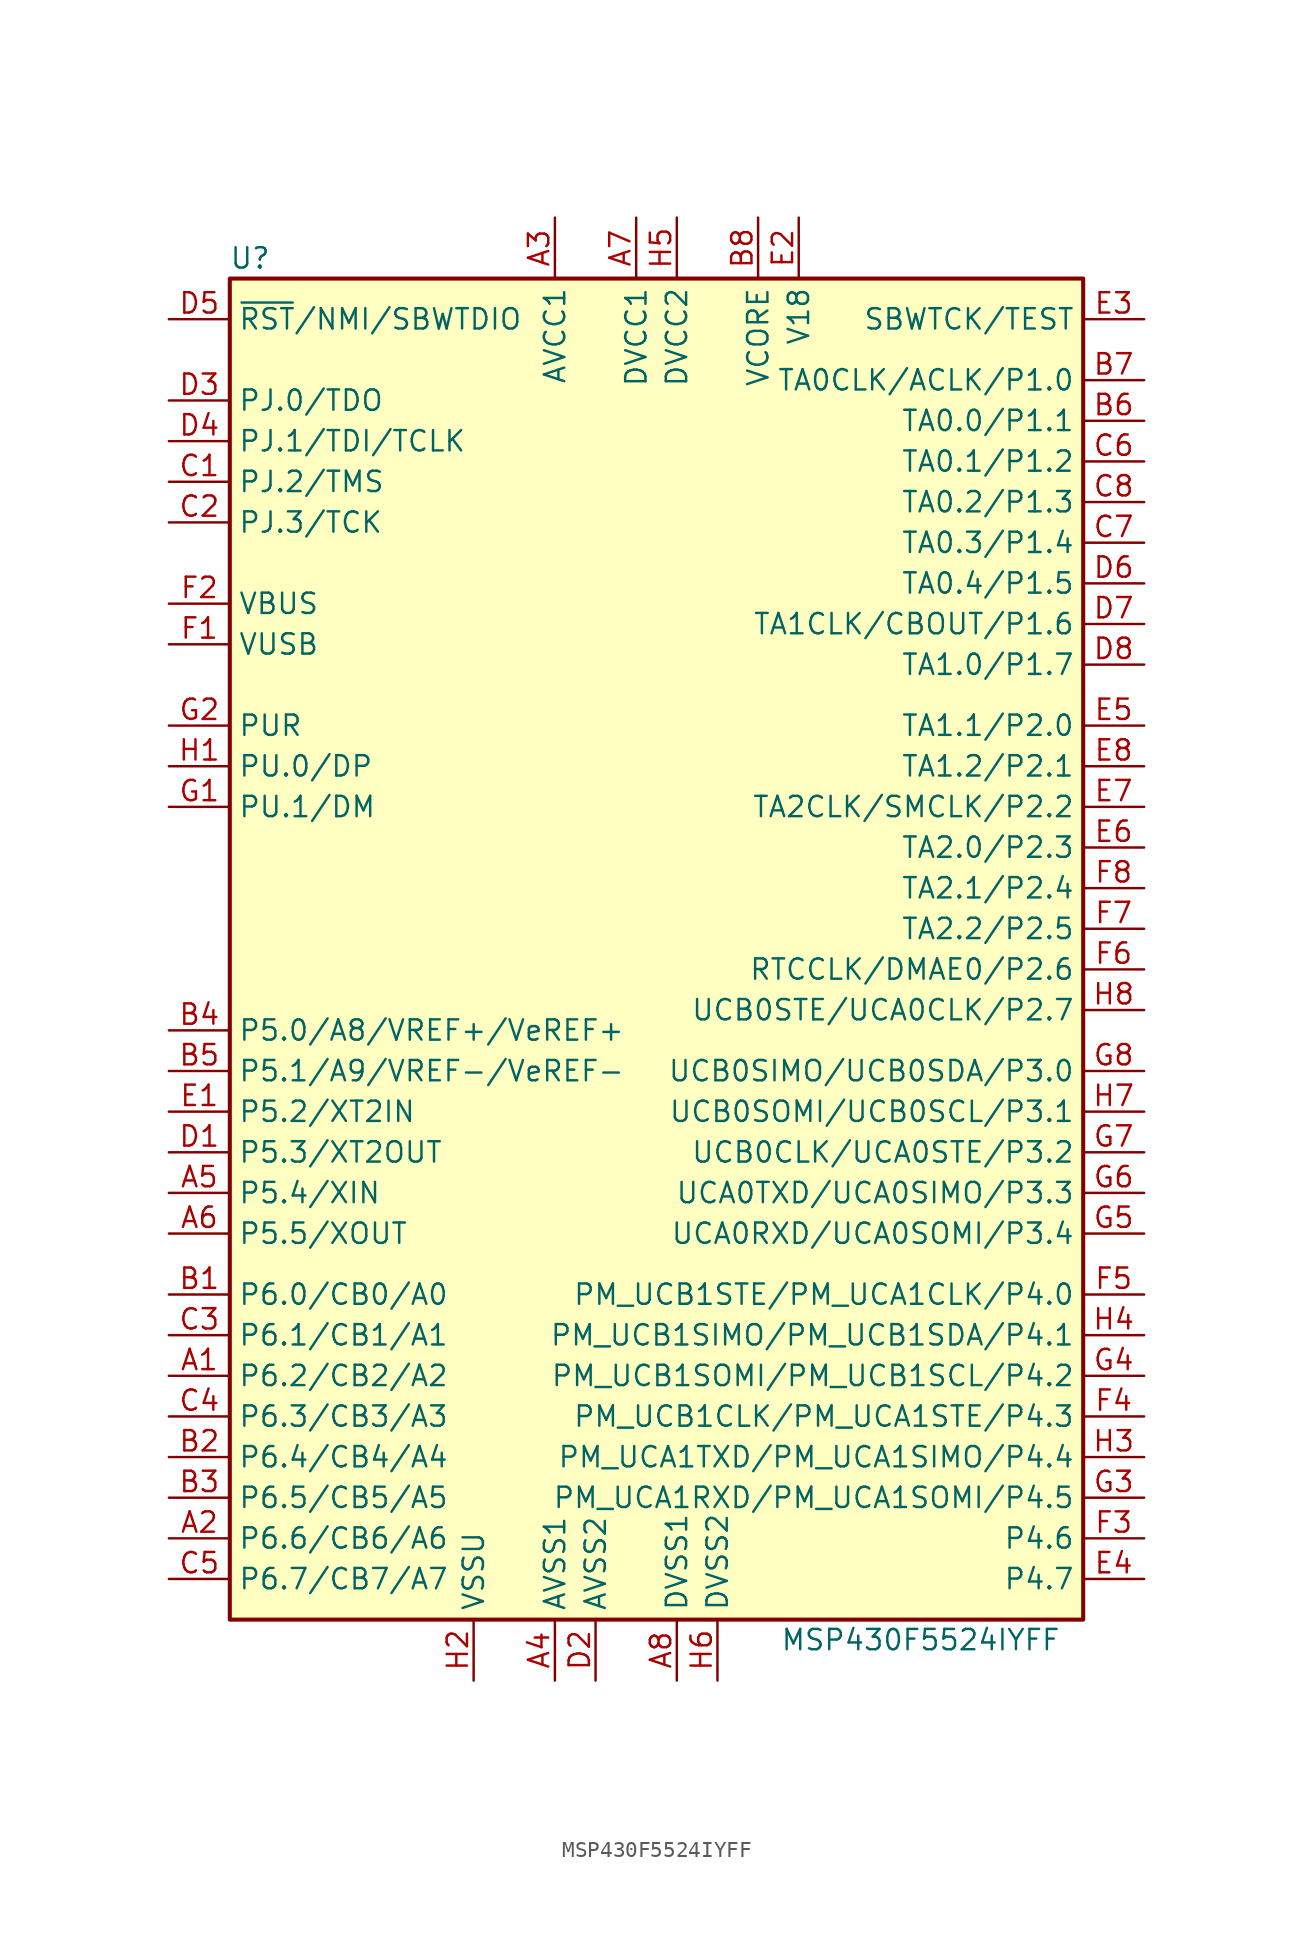
<source format=kicad_sym>
(kicad_symbol_lib
  (version 20211014)
  (generator kicad_symbol_editor)
  (symbol "MSP430F5524IYFF"
    (property "Reference" "U"
      (at -25.4 43.18 0)
      (effects (font (size 1.27 1.27))))
    (property "Value" "MSP430F5524IYFF"
      (at 16.51 -43.18 0)
      (effects (font (size 1.27 1.27))))
    (symbol "MSP430F5524IYFF_0_1"
      (rectangle (start -26.67 41.91) (end 26.67 -41.91) (stroke (width 0.254) (type default) (color 0 0 0 0)) (fill (type background))))
    (symbol "MSP430F5524IYFF_1_1"
      (pin bidirectional line (at -30.48 -26.67 0) (length 3.81) (name "P6.2/CB2/A2" (effects (font (size 1.27 1.27)))) (number "A1" (effects (font (size 1.27 1.27)))))
      (pin bidirectional line (at -30.48 -36.83 0) (length 3.81) (name "P6.6/CB6/A6" (effects (font (size 1.27 1.27)))) (number "A2" (effects (font (size 1.27 1.27)))))
      (pin power_in line (at -6.35 45.72 270) (length 3.81) (name "AVCC1" (effects (font (size 1.27 1.27)))) (number "A3" (effects (font (size 1.27 1.27)))))
      (pin power_in line (at -6.35 -45.72 90) (length 3.81) (name "AVSS1" (effects (font (size 1.27 1.27)))) (number "A4" (effects (font (size 1.27 1.27)))))
      (pin bidirectional line (at -30.48 -15.24 0) (length 3.81) (name "P5.4/XIN" (effects (font (size 1.27 1.27)))) (number "A5" (effects (font (size 1.27 1.27)))))
      (pin bidirectional line (at -30.48 -17.78 0) (length 3.81) (name "P5.5/XOUT" (effects (font (size 1.27 1.27)))) (number "A6" (effects (font (size 1.27 1.27)))))
      (pin power_in line (at -1.27 45.72 270) (length 3.81) (name "DVCC1" (effects (font (size 1.27 1.27)))) (number "A7" (effects (font (size 1.27 1.27)))))
      (pin power_in line (at 1.27 -45.72 90) (length 3.81) (name "DVSS1" (effects (font (size 1.27 1.27)))) (number "A8" (effects (font (size 1.27 1.27)))))
      (pin bidirectional line (at -30.48 -21.59 0) (length 3.81) (name "P6.0/CB0/A0" (effects (font (size 1.27 1.27)))) (number "B1" (effects (font (size 1.27 1.27)))))
      (pin bidirectional line (at -30.48 -31.75 0) (length 3.81) (name "P6.4/CB4/A4" (effects (font (size 1.27 1.27)))) (number "B2" (effects (font (size 1.27 1.27)))))
      (pin bidirectional line (at -30.48 -34.29 0) (length 3.81) (name "P6.5/CB5/A5" (effects (font (size 1.27 1.27)))) (number "B3" (effects (font (size 1.27 1.27)))))
      (pin bidirectional line (at -30.48 -5.08 0) (length 3.81) (name "P5.0/A8/VREF+/VeREF+" (effects (font (size 1.27 1.27)))) (number "B4" (effects (font (size 1.27 1.27)))))
      (pin bidirectional line (at -30.48 -7.62 0) (length 3.81) (name "P5.1/A9/VREF-/VeREF-" (effects (font (size 1.27 1.27)))) (number "B5" (effects (font (size 1.27 1.27)))))
      (pin bidirectional line (at 30.48 33.02 180) (length 3.81) (name "TA0.0/P1.1" (effects (font (size 1.27 1.27)))) (number "B6" (effects (font (size 1.27 1.27)))))
      (pin bidirectional line (at 30.48 35.56 180) (length 3.81) (name "TA0CLK/ACLK/P1.0" (effects (font (size 1.27 1.27)))) (number "B7" (effects (font (size 1.27 1.27)))))
      (pin bidirectional line (at 6.35 45.72 270) (length 3.81) (name "VCORE" (effects (font (size 1.27 1.27)))) (number "B8" (effects (font (size 1.27 1.27)))))
      (pin bidirectional line (at -30.48 29.21 0) (length 3.81) (name "PJ.2/TMS" (effects (font (size 1.27 1.27)))) (number "C1" (effects (font (size 1.27 1.27)))))
      (pin bidirectional line (at -30.48 26.67 0) (length 3.81) (name "PJ.3/TCK" (effects (font (size 1.27 1.27)))) (number "C2" (effects (font (size 1.27 1.27)))))
      (pin bidirectional line (at -30.48 -24.13 0) (length 3.81) (name "P6.1/CB1/A1" (effects (font (size 1.27 1.27)))) (number "C3" (effects (font (size 1.27 1.27)))))
      (pin bidirectional line (at -30.48 -29.21 0) (length 3.81) (name "P6.3/CB3/A3" (effects (font (size 1.27 1.27)))) (number "C4" (effects (font (size 1.27 1.27)))))
      (pin bidirectional line (at -30.48 -39.37 0) (length 3.81) (name "P6.7/CB7/A7" (effects (font (size 1.27 1.27)))) (number "C5" (effects (font (size 1.27 1.27)))))
      (pin bidirectional line (at 30.48 30.48 180) (length 3.81) (name "TA0.1/P1.2" (effects (font (size 1.27 1.27)))) (number "C6" (effects (font (size 1.27 1.27)))))
      (pin bidirectional line (at 30.48 25.4 180) (length 3.81) (name "TA0.3/P1.4" (effects (font (size 1.27 1.27)))) (number "C7" (effects (font (size 1.27 1.27)))))
      (pin bidirectional line (at 30.48 27.94 180) (length 3.81) (name "TA0.2/P1.3" (effects (font (size 1.27 1.27)))) (number "C8" (effects (font (size 1.27 1.27)))))
      (pin bidirectional line (at -30.48 -12.7 0) (length 3.81) (name "P5.3/XT2OUT" (effects (font (size 1.27 1.27)))) (number "D1" (effects (font (size 1.27 1.27)))))
      (pin power_in line (at -3.81 -45.72 90) (length 3.81) (name "AVSS2" (effects (font (size 1.27 1.27)))) (number "D2" (effects (font (size 1.27 1.27)))))
      (pin bidirectional line (at -30.48 34.29 0) (length 3.81) (name "PJ.0/TDO" (effects (font (size 1.27 1.27)))) (number "D3" (effects (font (size 1.27 1.27)))))
      (pin bidirectional line (at -30.48 31.75 0) (length 3.81) (name "PJ.1/TDI/TCLK" (effects (font (size 1.27 1.27)))) (number "D4" (effects (font (size 1.27 1.27)))))
      (pin input line (at -30.48 39.37 0) (length 3.81) (name "~{RST}/NMI/SBWTDIO" (effects (font (size 1.27 1.27)))) (number "D5" (effects (font (size 1.27 1.27)))))
      (pin bidirectional line (at 30.48 22.86 180) (length 3.81) (name "TA0.4/P1.5" (effects (font (size 1.27 1.27)))) (number "D6" (effects (font (size 1.27 1.27)))))
      (pin bidirectional line (at 30.48 20.32 180) (length 3.81) (name "TA1CLK/CBOUT/P1.6" (effects (font (size 1.27 1.27)))) (number "D7" (effects (font (size 1.27 1.27)))))
      (pin bidirectional line (at 30.48 17.78 180) (length 3.81) (name "TA1.0/P1.7" (effects (font (size 1.27 1.27)))) (number "D8" (effects (font (size 1.27 1.27)))))
      (pin bidirectional line (at -30.48 -10.16 0) (length 3.81) (name "P5.2/XT2IN" (effects (font (size 1.27 1.27)))) (number "E1" (effects (font (size 1.27 1.27)))))
      (pin passive line (at 8.89 45.72 270) (length 3.81) (name "V18" (effects (font (size 1.27 1.27)))) (number "E2" (effects (font (size 1.27 1.27)))))
      (pin input line (at 30.48 39.37 180) (length 3.81) (name "SBWTCK/TEST" (effects (font (size 1.27 1.27)))) (number "E3" (effects (font (size 1.27 1.27)))))
      (pin bidirectional line (at 30.48 -39.37 180) (length 3.81) (name "P4.7" (effects (font (size 1.27 1.27)))) (number "E4" (effects (font (size 1.27 1.27)))))
      (pin bidirectional line (at 30.48 13.97 180) (length 3.81) (name "TA1.1/P2.0" (effects (font (size 1.27 1.27)))) (number "E5" (effects (font (size 1.27 1.27)))))
      (pin bidirectional line (at 30.48 6.35 180) (length 3.81) (name "TA2.0/P2.3" (effects (font (size 1.27 1.27)))) (number "E6" (effects (font (size 1.27 1.27)))))
      (pin bidirectional line (at 30.48 8.89 180) (length 3.81) (name "TA2CLK/SMCLK/P2.2" (effects (font (size 1.27 1.27)))) (number "E7" (effects (font (size 1.27 1.27)))))
      (pin bidirectional line (at 30.48 11.43 180) (length 3.81) (name "TA1.2/P2.1" (effects (font (size 1.27 1.27)))) (number "E8" (effects (font (size 1.27 1.27)))))
      (pin power_out line (at -30.48 19.05 0) (length 3.81) (name "VUSB" (effects (font (size 1.27 1.27)))) (number "F1" (effects (font (size 1.27 1.27)))))
      (pin power_in line (at -30.48 21.59 0) (length 3.81) (name "VBUS" (effects (font (size 1.27 1.27)))) (number "F2" (effects (font (size 1.27 1.27)))))
      (pin bidirectional line (at 30.48 -36.83 180) (length 3.81) (name "P4.6" (effects (font (size 1.27 1.27)))) (number "F3" (effects (font (size 1.27 1.27)))))
      (pin bidirectional line (at 30.48 -29.21 180) (length 3.81) (name "PM_UCB1CLK/PM_UCA1STE/P4.3" (effects (font (size 1.27 1.27)))) (number "F4" (effects (font (size 1.27 1.27)))))
      (pin bidirectional line (at 30.48 -21.59 180) (length 3.81) (name "PM_UCB1STE/PM_UCA1CLK/P4.0" (effects (font (size 1.27 1.27)))) (number "F5" (effects (font (size 1.27 1.27)))))
      (pin bidirectional line (at 30.48 -1.27 180) (length 3.81) (name "RTCCLK/DMAE0/P2.6" (effects (font (size 1.27 1.27)))) (number "F6" (effects (font (size 1.27 1.27)))))
      (pin bidirectional line (at 30.48 1.27 180) (length 3.81) (name "TA2.2/P2.5" (effects (font (size 1.27 1.27)))) (number "F7" (effects (font (size 1.27 1.27)))))
      (pin bidirectional line (at 30.48 3.81 180) (length 3.81) (name "TA2.1/P2.4" (effects (font (size 1.27 1.27)))) (number "F8" (effects (font (size 1.27 1.27)))))
      (pin bidirectional line (at -30.48 8.89 0) (length 3.81) (name "PU.1/DM" (effects (font (size 1.27 1.27)))) (number "G1" (effects (font (size 1.27 1.27)))))
      (pin bidirectional line (at -30.48 13.97 0) (length 3.81) (name "PUR" (effects (font (size 1.27 1.27)))) (number "G2" (effects (font (size 1.27 1.27)))))
      (pin bidirectional line (at 30.48 -34.29 180) (length 3.81) (name "PM_UCA1RXD/PM_UCA1SOMI/P4.5" (effects (font (size 1.27 1.27)))) (number "G3" (effects (font (size 1.27 1.27)))))
      (pin bidirectional line (at 30.48 -26.67 180) (length 3.81) (name "PM_UCB1SOMI/PM_UCB1SCL/P4.2" (effects (font (size 1.27 1.27)))) (number "G4" (effects (font (size 1.27 1.27)))))
      (pin bidirectional line (at 30.48 -17.78 180) (length 3.81) (name "UCA0RXD/UCA0SOMI/P3.4" (effects (font (size 1.27 1.27)))) (number "G5" (effects (font (size 1.27 1.27)))))
      (pin bidirectional line (at 30.48 -15.24 180) (length 3.81) (name "UCA0TXD/UCA0SIMO/P3.3" (effects (font (size 1.27 1.27)))) (number "G6" (effects (font (size 1.27 1.27)))))
      (pin bidirectional line (at 30.48 -12.7 180) (length 3.81) (name "UCB0CLK/UCA0STE/P3.2" (effects (font (size 1.27 1.27)))) (number "G7" (effects (font (size 1.27 1.27)))))
      (pin bidirectional line (at 30.48 -7.62 180) (length 3.81) (name "UCB0SIMO/UCB0SDA/P3.0" (effects (font (size 1.27 1.27)))) (number "G8" (effects (font (size 1.27 1.27)))))
      (pin bidirectional line (at -30.48 11.43 0) (length 3.81) (name "PU.0/DP" (effects (font (size 1.27 1.27)))) (number "H1" (effects (font (size 1.27 1.27)))))
      (pin power_in line (at -11.43 -45.72 90) (length 3.81) (name "VSSU" (effects (font (size 1.27 1.27)))) (number "H2" (effects (font (size 1.27 1.27)))))
      (pin bidirectional line (at 30.48 -31.75 180) (length 3.81) (name "PM_UCA1TXD/PM_UCA1SIMO/P4.4" (effects (font (size 1.27 1.27)))) (number "H3" (effects (font (size 1.27 1.27)))))
      (pin bidirectional line (at 30.48 -24.13 180) (length 3.81) (name "PM_UCB1SIMO/PM_UCB1SDA/P4.1" (effects (font (size 1.27 1.27)))) (number "H4" (effects (font (size 1.27 1.27)))))
      (pin power_in line (at 1.27 45.72 270) (length 3.81) (name "DVCC2" (effects (font (size 1.27 1.27)))) (number "H5" (effects (font (size 1.27 1.27)))))
      (pin power_in line (at 3.81 -45.72 90) (length 3.81) (name "DVSS2" (effects (font (size 1.27 1.27)))) (number "H6" (effects (font (size 1.27 1.27)))))
      (pin bidirectional line (at 30.48 -10.16 180) (length 3.81) (name "UCB0SOMI/UCB0SCL/P3.1" (effects (font (size 1.27 1.27)))) (number "H7" (effects (font (size 1.27 1.27)))))
      (pin bidirectional line (at 30.48 -3.81 180) (length 3.81) (name "UCB0STE/UCA0CLK/P2.7" (effects (font (size 1.27 1.27)))) (number "H8" (effects (font (size 1.27 1.27))))))))
</source>
